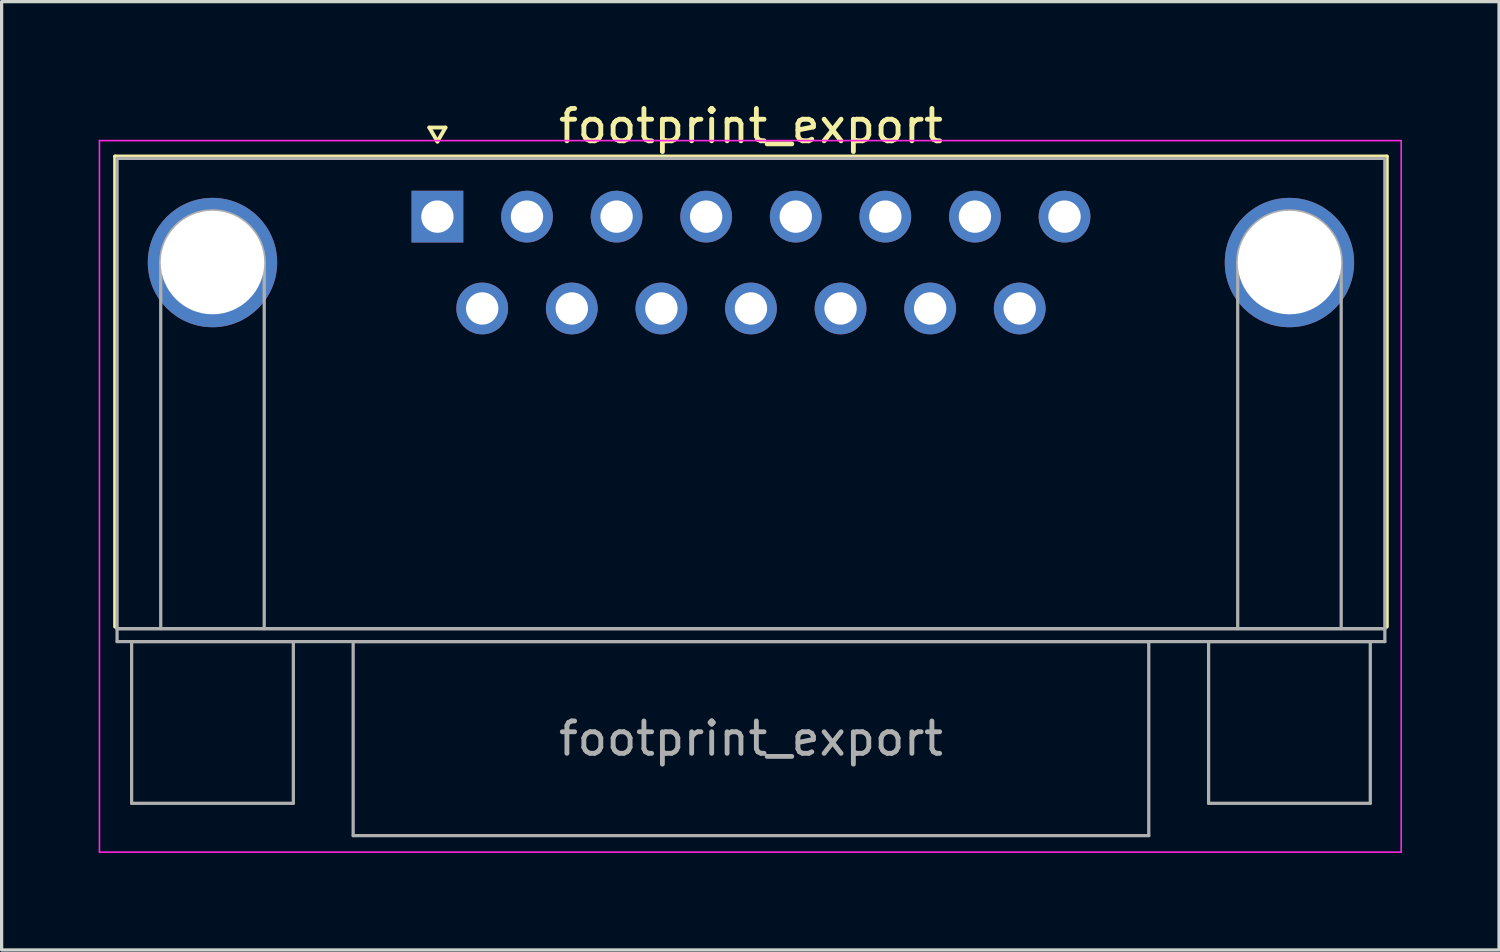
<source format=kicad_pcb>
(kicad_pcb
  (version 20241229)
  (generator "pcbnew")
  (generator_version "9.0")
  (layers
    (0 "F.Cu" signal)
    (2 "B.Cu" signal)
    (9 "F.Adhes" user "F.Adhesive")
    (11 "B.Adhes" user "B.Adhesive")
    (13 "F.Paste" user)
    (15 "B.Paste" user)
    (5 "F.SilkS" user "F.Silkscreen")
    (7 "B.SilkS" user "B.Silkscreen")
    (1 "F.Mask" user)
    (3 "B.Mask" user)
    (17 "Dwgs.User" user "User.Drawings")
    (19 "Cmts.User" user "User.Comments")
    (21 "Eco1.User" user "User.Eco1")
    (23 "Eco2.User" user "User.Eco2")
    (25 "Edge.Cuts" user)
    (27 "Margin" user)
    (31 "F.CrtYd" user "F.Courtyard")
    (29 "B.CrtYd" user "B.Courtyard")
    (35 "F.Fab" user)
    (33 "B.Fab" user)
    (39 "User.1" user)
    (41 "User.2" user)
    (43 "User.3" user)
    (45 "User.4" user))
  (footprint "footprint_export"
    (layer "F.Cu")
    (at 10.475 3.648)
    (property "Reference" "footprint_export" (at 9.695 -2.8 0) (layer "F.SilkS") (effects (font (size 1 1) (thickness 0.15))))
    (attr through_hole)
    (fp_line (start -9.965 -1.86) (end 29.355 -1.86) (stroke (width 0.12) (type solid)) (layer "F.SilkS"))
    (fp_line (start -9.965 12.68) (end -9.965 -1.86) (stroke (width 0.12) (type solid)) (layer "F.SilkS"))
    (fp_line (start -0.25 -2.754) (end 0.25 -2.754) (stroke (width 0.12) (type solid)) (layer "F.SilkS"))
    (fp_line (start 0 -2.321) (end -0.25 -2.754) (stroke (width 0.12) (type solid)) (layer "F.SilkS"))
    (fp_line (start 0.25 -2.754) (end 0 -2.321) (stroke (width 0.12) (type solid)) (layer "F.SilkS"))
    (fp_line (start 29.355 -1.86) (end 29.355 12.68) (stroke (width 0.12) (type solid)) (layer "F.SilkS"))
    (fp_line (start -10.45 -2.35) (end -10.45 19.65) (stroke (width 0.05) (type solid)) (layer "F.CrtYd"))
    (fp_line (start -10.45 19.65) (end 29.8 19.65) (stroke (width 0.05) (type solid)) (layer "F.CrtYd"))
    (fp_line (start 29.8 -2.35) (end -10.45 -2.35) (stroke (width 0.05) (type solid)) (layer "F.CrtYd"))
    (fp_line (start 29.8 19.65) (end 29.8 -2.35) (stroke (width 0.05) (type solid)) (layer "F.CrtYd"))
    (fp_line (start -9.905 -1.8) (end -9.905 12.74) (stroke (width 0.1) (type solid)) (layer "F.Fab"))
    (fp_line (start -9.905 12.74) (end -9.905 13.14) (stroke (width 0.1) (type solid)) (layer "F.Fab"))
    (fp_line (start -9.905 12.74) (end 29.295 12.74) (stroke (width 0.1) (type solid)) (layer "F.Fab"))
    (fp_line (start -9.905 13.14) (end 29.295 13.14) (stroke (width 0.1) (type solid)) (layer "F.Fab"))
    (fp_line (start -9.455 13.14) (end -9.455 18.14) (stroke (width 0.1) (type solid)) (layer "F.Fab"))
    (fp_line (start -9.455 18.14) (end -4.455 18.14) (stroke (width 0.1) (type solid)) (layer "F.Fab"))
    (fp_line (start -8.555 12.74) (end -8.555 1.42) (stroke (width 0.1) (type solid)) (layer "F.Fab"))
    (fp_line (start -5.355 12.74) (end -5.355 1.42) (stroke (width 0.1) (type solid)) (layer "F.Fab"))
    (fp_line (start -4.455 13.14) (end -9.455 13.14) (stroke (width 0.1) (type solid)) (layer "F.Fab"))
    (fp_line (start -4.455 18.14) (end -4.455 13.14) (stroke (width 0.1) (type solid)) (layer "F.Fab"))
    (fp_line (start -2.605 13.14) (end -2.605 19.14) (stroke (width 0.1) (type solid)) (layer "F.Fab"))
    (fp_line (start -2.605 19.14) (end 21.995 19.14) (stroke (width 0.1) (type solid)) (layer "F.Fab"))
    (fp_line (start 21.995 13.14) (end -2.605 13.14) (stroke (width 0.1) (type solid)) (layer "F.Fab"))
    (fp_line (start 21.995 19.14) (end 21.995 13.14) (stroke (width 0.1) (type solid)) (layer "F.Fab"))
    (fp_line (start 23.845 13.14) (end 23.845 18.14) (stroke (width 0.1) (type solid)) (layer "F.Fab"))
    (fp_line (start 23.845 18.14) (end 28.845 18.14) (stroke (width 0.1) (type solid)) (layer "F.Fab"))
    (fp_line (start 24.745 12.74) (end 24.745 1.42) (stroke (width 0.1) (type solid)) (layer "F.Fab"))
    (fp_line (start 27.945 12.74) (end 27.945 1.42) (stroke (width 0.1) (type solid)) (layer "F.Fab"))
    (fp_line (start 28.845 13.14) (end 23.845 13.14) (stroke (width 0.1) (type solid)) (layer "F.Fab"))
    (fp_line (start 28.845 18.14) (end 28.845 13.14) (stroke (width 0.1) (type solid)) (layer "F.Fab"))
    (fp_line (start 29.295 -1.8) (end -9.905 -1.8) (stroke (width 0.1) (type solid)) (layer "F.Fab"))
    (fp_line (start 29.295 12.74) (end -9.905 12.74) (stroke (width 0.1) (type solid)) (layer "F.Fab"))
    (fp_line (start 29.295 12.74) (end 29.295 -1.8) (stroke (width 0.1) (type solid)) (layer "F.Fab"))
    (fp_line (start 29.295 13.14) (end 29.295 12.74) (stroke (width 0.1) (type solid)) (layer "F.Fab"))
    (fp_arc (start -8.555 1.42) (mid -6.955 -0.18) (end -5.355 1.42) (stroke (width 0.1) (type solid)) (layer "F.Fab"))
    (fp_arc (start 24.745 1.42) (mid 26.345 -0.18) (end 27.945 1.42) (stroke (width 0.1) (type solid)) (layer "F.Fab"))
    (fp_text user "${REFERENCE}" (at 9.695 16.14 0) (layer "F.Fab") (effects (font (size 1 1) (thickness 0.15))))
    (pad "0" thru_hole circle (at -6.955 1.42) (size 4 4) (drill 3.2) (layers "*.Cu" "*.Mask"))
    (pad "0" thru_hole circle (at 26.345 1.42) (size 4 4) (drill 3.2) (layers "*.Cu" "*.Mask"))
    (pad "1" thru_hole rect (at 0 0) (size 1.6 1.6) (drill 1) (layers "*.Cu" "*.Mask"))
    (pad "2" thru_hole circle (at 2.77 0) (size 1.6 1.6) (drill 1) (layers "*.Cu" "*.Mask"))
    (pad "3" thru_hole circle (at 5.54 0) (size 1.6 1.6) (drill 1) (layers "*.Cu" "*.Mask"))
    (pad "4" thru_hole circle (at 8.31 0) (size 1.6 1.6) (drill 1) (layers "*.Cu" "*.Mask"))
    (pad "5" thru_hole circle (at 11.08 0) (size 1.6 1.6) (drill 1) (layers "*.Cu" "*.Mask"))
    (pad "6" thru_hole circle (at 13.85 0) (size 1.6 1.6) (drill 1) (layers "*.Cu" "*.Mask"))
    (pad "7" thru_hole circle (at 16.62 0) (size 1.6 1.6) (drill 1) (layers "*.Cu" "*.Mask"))
    (pad "8" thru_hole circle (at 19.39 0) (size 1.6 1.6) (drill 1) (layers "*.Cu" "*.Mask"))
    (pad "9" thru_hole circle (at 1.385 2.84) (size 1.6 1.6) (drill 1) (layers "*.Cu" "*.Mask"))
    (pad "10" thru_hole circle (at 4.155 2.84) (size 1.6 1.6) (drill 1) (layers "*.Cu" "*.Mask"))
    (pad "11" thru_hole circle (at 6.925 2.84) (size 1.6 1.6) (drill 1) (layers "*.Cu" "*.Mask"))
    (pad "12" thru_hole circle (at 9.695 2.84) (size 1.6 1.6) (drill 1) (layers "*.Cu" "*.Mask"))
    (pad "13" thru_hole circle (at 12.465 2.84) (size 1.6 1.6) (drill 1) (layers "*.Cu" "*.Mask"))
    (pad "14" thru_hole circle (at 15.235 2.84) (size 1.6 1.6) (drill 1) (layers "*.Cu" "*.Mask"))
    (pad "15" thru_hole circle (at 18.005 2.84) (size 1.6 1.6) (drill 1) (layers "*.Cu" "*.Mask")))
  (gr_rect
    (start -3 -3)
    (end 43.3 26.323)
    (stroke (width 0.1) (type default))
    (fill no)
    (layer "Edge.Cuts")))
</source>
